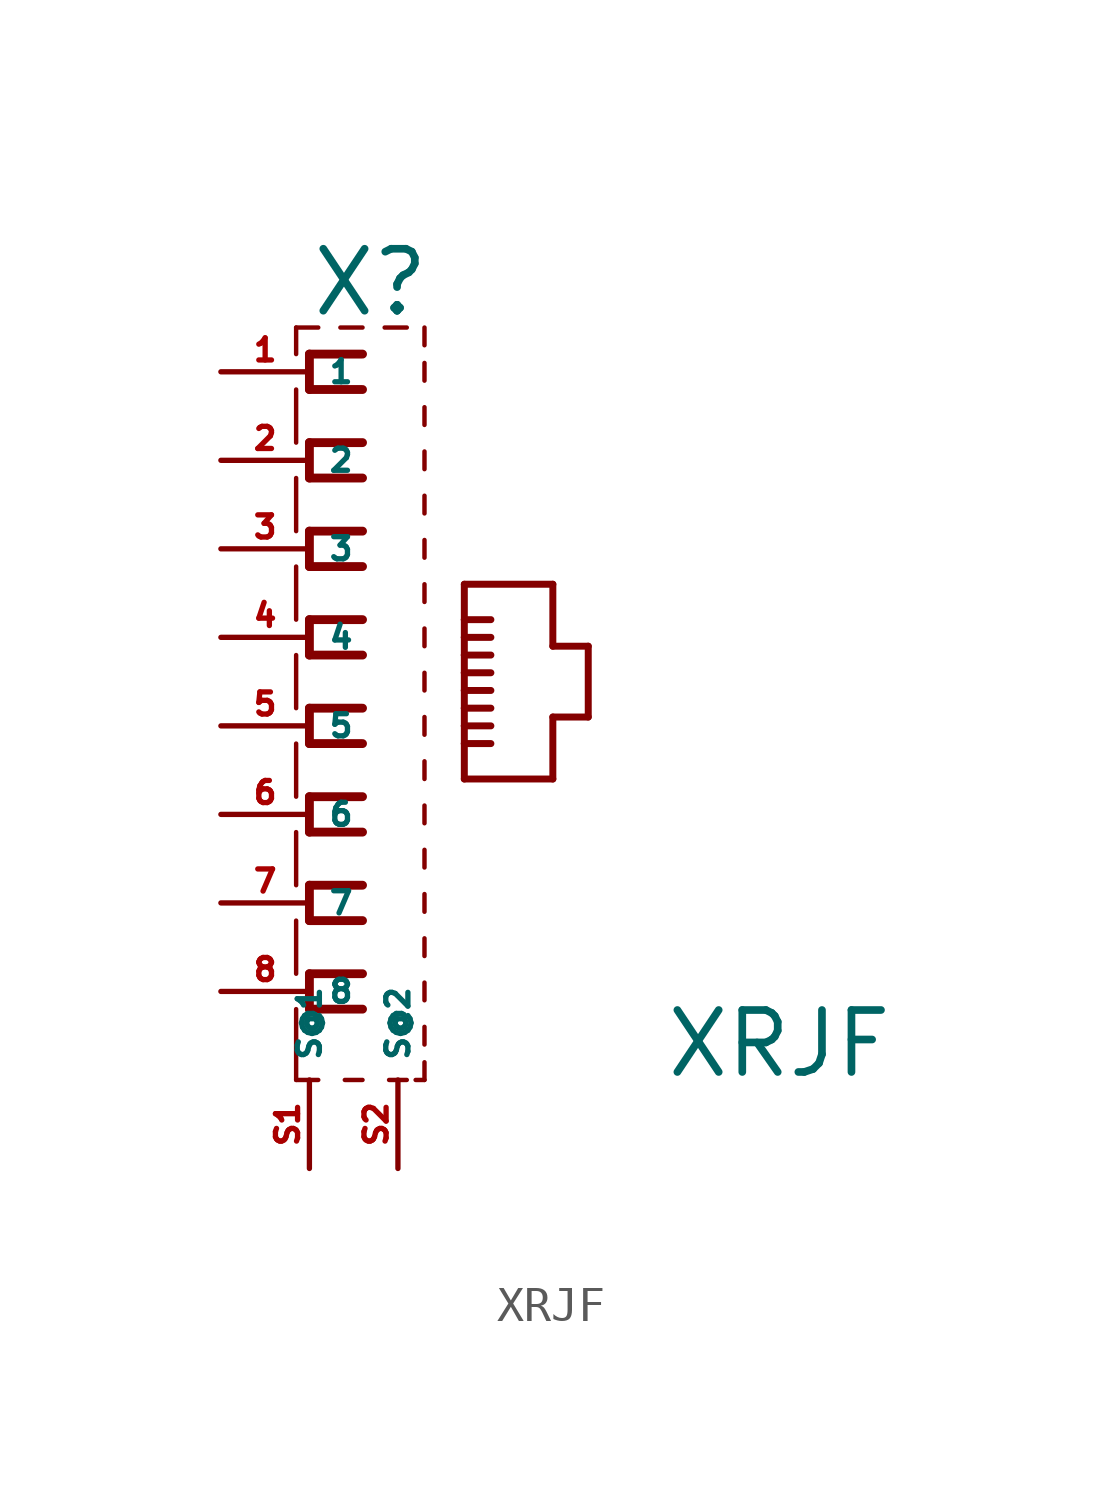
<source format=kicad_sym>
(kicad_symbol_lib
  (version 20220914)
  (generator Eagle2Kicad)
  (symbol "XRJF"
    (property "Reference" "X"
      (at -5.08 11.684 0)
      (effects (font (size 1.778 1.778) (thickness 0.22)) (justify left bottom)))
    (property "Value" "XRJF"
      (at 5.08 -10.16 0)
      (effects (font (size 1.778 1.778) (thickness 0.22)) (justify left bottom)))
    (polyline
      (pts (xy -5.461 -10.16) (xy -4.826 -10.16))
      (stroke (width 0.127) (type default))
      (fill (type none)))
    (polyline
      (pts (xy -4.064 -10.16) (xy -3.556 -10.16))
      (stroke (width 0.127) (type default))
      (fill (type none)))
    (polyline
      (pts (xy -2.794 -10.16) (xy -2.286 -10.16))
      (stroke (width 0.127) (type default))
      (fill (type none)))
    (polyline
      (pts (xy -2.032 -10.16) (xy -1.778 -10.16))
      (stroke (width 0.127) (type default))
      (fill (type none)))
    (polyline
      (pts (xy -1.778 -10.16) (xy -1.778 -9.652))
      (stroke (width 0.127) (type default))
      (fill (type none)))
    (polyline
      (pts (xy -1.778 9.906) (xy -1.778 10.414))
      (stroke (width 0.127) (type default))
      (fill (type none)))
    (polyline
      (pts (xy -1.778 10.922) (xy -1.778 11.43))
      (stroke (width 0.127) (type default))
      (fill (type none)))
    (polyline
      (pts (xy -4.826 11.43) (xy -5.461 11.43))
      (stroke (width 0.127) (type default))
      (fill (type none)))
    (polyline
      (pts (xy -5.461 11.43) (xy -5.461 10.668))
      (stroke (width 0.127) (type default))
      (fill (type none)))
    (polyline
      (pts (xy -5.461 9.652) (xy -5.461 8.128))
      (stroke (width 0.127) (type default))
      (fill (type none)))
    (polyline
      (pts (xy -5.461 7.112) (xy -5.461 5.588))
      (stroke (width 0.127) (type default))
      (fill (type none)))
    (polyline
      (pts (xy -5.461 4.572) (xy -5.461 3.048))
      (stroke (width 0.127) (type default))
      (fill (type none)))
    (polyline
      (pts (xy -5.461 2.032) (xy -5.461 0.508))
      (stroke (width 0.127) (type default))
      (fill (type none)))
    (polyline
      (pts (xy -5.461 -0.508) (xy -5.461 -2.032))
      (stroke (width 0.127) (type default))
      (fill (type none)))
    (polyline
      (pts (xy -5.461 -8.128) (xy -5.461 -10.16))
      (stroke (width 0.127) (type default))
      (fill (type none)))
    (polyline
      (pts (xy -1.778 8.636) (xy -1.778 9.144))
      (stroke (width 0.127) (type default))
      (fill (type none)))
    (polyline
      (pts (xy -1.778 7.366) (xy -1.778 7.874))
      (stroke (width 0.127) (type default))
      (fill (type none)))
    (polyline
      (pts (xy -1.778 6.096) (xy -1.778 6.604))
      (stroke (width 0.127) (type default))
      (fill (type none)))
    (polyline
      (pts (xy -1.778 4.826) (xy -1.778 5.334))
      (stroke (width 0.127) (type default))
      (fill (type none)))
    (polyline
      (pts (xy -1.778 3.556) (xy -1.778 4.064))
      (stroke (width 0.127) (type default))
      (fill (type none)))
    (polyline
      (pts (xy -1.778 2.286) (xy -1.778 2.794))
      (stroke (width 0.127) (type default))
      (fill (type none)))
    (polyline
      (pts (xy -1.778 1.016) (xy -1.778 1.524))
      (stroke (width 0.127) (type default))
      (fill (type none)))
    (polyline
      (pts (xy -1.778 -0.254) (xy -1.778 0.254))
      (stroke (width 0.127) (type default))
      (fill (type none)))
    (polyline
      (pts (xy -1.778 -1.524) (xy -1.778 -1.016))
      (stroke (width 0.127) (type default))
      (fill (type none)))
    (polyline
      (pts (xy -3.556 11.43) (xy -4.191 11.43))
      (stroke (width 0.127) (type default))
      (fill (type none)))
    (polyline
      (pts (xy -3.556 10.668) (xy -5.08 10.668))
      (stroke (width 0.254) (type default))
      (fill (type none)))
    (polyline
      (pts (xy -5.08 10.668) (xy -5.08 9.652))
      (stroke (width 0.254) (type default))
      (fill (type none)))
    (polyline
      (pts (xy -5.08 9.652) (xy -3.556 9.652))
      (stroke (width 0.254) (type default))
      (fill (type none)))
    (polyline
      (pts (xy -3.556 8.128) (xy -5.08 8.128))
      (stroke (width 0.254) (type default))
      (fill (type none)))
    (polyline
      (pts (xy -5.08 8.128) (xy -5.08 7.112))
      (stroke (width 0.254) (type default))
      (fill (type none)))
    (polyline
      (pts (xy -5.08 7.112) (xy -3.556 7.112))
      (stroke (width 0.254) (type default))
      (fill (type none)))
    (polyline
      (pts (xy -3.556 5.588) (xy -5.08 5.588))
      (stroke (width 0.254) (type default))
      (fill (type none)))
    (polyline
      (pts (xy -5.08 5.588) (xy -5.08 4.572))
      (stroke (width 0.254) (type default))
      (fill (type none)))
    (polyline
      (pts (xy -5.08 4.572) (xy -3.556 4.572))
      (stroke (width 0.254) (type default))
      (fill (type none)))
    (polyline
      (pts (xy -3.556 3.048) (xy -5.08 3.048))
      (stroke (width 0.254) (type default))
      (fill (type none)))
    (polyline
      (pts (xy -5.08 3.048) (xy -5.08 2.032))
      (stroke (width 0.254) (type default))
      (fill (type none)))
    (polyline
      (pts (xy -5.08 2.032) (xy -3.556 2.032))
      (stroke (width 0.254) (type default))
      (fill (type none)))
    (polyline
      (pts (xy -3.556 0.508) (xy -5.08 0.508))
      (stroke (width 0.254) (type default))
      (fill (type none)))
    (polyline
      (pts (xy -5.08 0.508) (xy -5.08 -0.508))
      (stroke (width 0.254) (type default))
      (fill (type none)))
    (polyline
      (pts (xy -5.08 -0.508) (xy -3.556 -0.508))
      (stroke (width 0.254) (type default))
      (fill (type none)))
    (polyline
      (pts (xy -3.556 -2.032) (xy -5.08 -2.032))
      (stroke (width 0.254) (type default))
      (fill (type none)))
    (polyline
      (pts (xy -5.08 -2.032) (xy -5.08 -3.048))
      (stroke (width 0.254) (type default))
      (fill (type none)))
    (polyline
      (pts (xy -5.08 -3.048) (xy -3.556 -3.048))
      (stroke (width 0.254) (type default))
      (fill (type none)))
    (polyline
      (pts (xy -0.635 -1.524) (xy 1.905 -1.524))
      (stroke (width 0.2) (type default))
      (fill (type none)))
    (polyline
      (pts (xy 1.905 -1.524) (xy 1.905 0.254))
      (stroke (width 0.2) (type default))
      (fill (type none)))
    (polyline
      (pts (xy 1.905 0.254) (xy 2.921 0.254))
      (stroke (width 0.2) (type default))
      (fill (type none)))
    (polyline
      (pts (xy 2.921 0.254) (xy 2.921 2.286))
      (stroke (width 0.2) (type default))
      (fill (type none)))
    (polyline
      (pts (xy 2.921 2.286) (xy 1.905 2.286))
      (stroke (width 0.2) (type default))
      (fill (type none)))
    (polyline
      (pts (xy 1.905 2.286) (xy 1.905 4.064))
      (stroke (width 0.2) (type default))
      (fill (type none)))
    (polyline
      (pts (xy 1.905 4.064) (xy -0.635 4.064))
      (stroke (width 0.2) (type default))
      (fill (type none)))
    (polyline
      (pts (xy -0.635 4.064) (xy -0.635 3.048))
      (stroke (width 0.2) (type default))
      (fill (type none)))
    (polyline
      (pts (xy -0.635 3.048) (xy -0.635 2.54))
      (stroke (width 0.2) (type default))
      (fill (type none)))
    (polyline
      (pts (xy -0.635 2.54) (xy -0.635 2.032))
      (stroke (width 0.2) (type default))
      (fill (type none)))
    (polyline
      (pts (xy -0.635 2.032) (xy -0.635 1.524))
      (stroke (width 0.2) (type default))
      (fill (type none)))
    (polyline
      (pts (xy -0.635 1.524) (xy -0.635 1.016))
      (stroke (width 0.2) (type default))
      (fill (type none)))
    (polyline
      (pts (xy -0.635 1.016) (xy -0.635 0.508))
      (stroke (width 0.2) (type default))
      (fill (type none)))
    (polyline
      (pts (xy -0.635 0.508) (xy -0.635 0))
      (stroke (width 0.2) (type default))
      (fill (type none)))
    (polyline
      (pts (xy -0.635 0) (xy -0.635 -0.508))
      (stroke (width 0.2) (type default))
      (fill (type none)))
    (polyline
      (pts (xy -0.635 -0.508) (xy -0.635 -1.524))
      (stroke (width 0.2) (type default))
      (fill (type none)))
    (polyline
      (pts (xy -0.635 3.048) (xy 0.127 3.048))
      (stroke (width 0.2) (type default))
      (fill (type none)))
    (polyline
      (pts (xy -0.635 2.54) (xy 0.127 2.54))
      (stroke (width 0.2) (type default))
      (fill (type none)))
    (polyline
      (pts (xy -0.635 2.032) (xy 0.127 2.032))
      (stroke (width 0.2) (type default))
      (fill (type none)))
    (polyline
      (pts (xy -0.635 1.524) (xy 0.127 1.524))
      (stroke (width 0.2) (type default))
      (fill (type none)))
    (polyline
      (pts (xy -0.635 1.016) (xy 0.127 1.016))
      (stroke (width 0.2) (type default))
      (fill (type none)))
    (polyline
      (pts (xy -0.635 0.508) (xy 0.127 0.508))
      (stroke (width 0.2) (type default))
      (fill (type none)))
    (polyline
      (pts (xy -3.556 -4.572) (xy -5.08 -4.572))
      (stroke (width 0.254) (type default))
      (fill (type none)))
    (polyline
      (pts (xy -5.08 -4.572) (xy -5.08 -5.588))
      (stroke (width 0.254) (type default))
      (fill (type none)))
    (polyline
      (pts (xy -5.08 -5.588) (xy -3.556 -5.588))
      (stroke (width 0.254) (type default))
      (fill (type none)))
    (polyline
      (pts (xy -3.556 -7.112) (xy -5.08 -7.112))
      (stroke (width 0.254) (type default))
      (fill (type none)))
    (polyline
      (pts (xy -5.08 -7.112) (xy -5.08 -8.128))
      (stroke (width 0.254) (type default))
      (fill (type none)))
    (polyline
      (pts (xy -5.08 -8.128) (xy -3.556 -8.128))
      (stroke (width 0.254) (type default))
      (fill (type none)))
    (polyline
      (pts (xy -0.635 0) (xy 0.127 0))
      (stroke (width 0.2) (type default))
      (fill (type none)))
    (polyline
      (pts (xy -0.635 -0.508) (xy 0.127 -0.508))
      (stroke (width 0.2) (type default))
      (fill (type none)))
    (polyline
      (pts (xy -5.461 -3.048) (xy -5.461 -4.572))
      (stroke (width 0.127) (type default))
      (fill (type none)))
    (polyline
      (pts (xy -5.461 -5.588) (xy -5.461 -7.112))
      (stroke (width 0.127) (type default))
      (fill (type none)))
    (polyline
      (pts (xy -1.778 -2.794) (xy -1.778 -2.286))
      (stroke (width 0.127) (type default))
      (fill (type none)))
    (polyline
      (pts (xy -1.778 -4.064) (xy -1.778 -3.556))
      (stroke (width 0.127) (type default))
      (fill (type none)))
    (polyline
      (pts (xy -1.778 -5.334) (xy -1.778 -4.826))
      (stroke (width 0.127) (type default))
      (fill (type none)))
    (polyline
      (pts (xy -1.778 -6.604) (xy -1.778 -6.096))
      (stroke (width 0.127) (type default))
      (fill (type none)))
    (polyline
      (pts (xy -1.778 -7.874) (xy -1.778 -7.366))
      (stroke (width 0.127) (type default))
      (fill (type none)))
    (polyline
      (pts (xy -1.778 -9.144) (xy -1.778 -8.636))
      (stroke (width 0.127) (type default))
      (fill (type none)))
    (polyline
      (pts (xy -2.286 11.43) (xy -2.921 11.43))
      (stroke (width 0.127) (type default))
      (fill (type none)))
    (pin passive line
      (at -2.54 -12.7 90)
      (length 2.54)
      (name "S@2" (effects (font (size 0.635 0.635) (thickness 0.08)) (justify left bottom)))
      (number "S2" (effects (font (size 0.635 0.635) (thickness 0.08)) (justify left bottom))))
    (pin passive line
      (at -5.08 -12.7 90)
      (length 2.54)
      (name "S@1" (effects (font (size 0.635 0.635) (thickness 0.08)) (justify left bottom)))
      (number "S1" (effects (font (size 0.635 0.635) (thickness 0.08)) (justify left bottom))))
    (pin passive line
      (at -7.62 10.16 0)
      (length 2.54)
      (name "1" (effects (font (size 0.635 0.635) (thickness 0.08)) (justify left bottom)))
      (number "1" (effects (font (size 0.635 0.635) (thickness 0.08)) (justify left bottom))))
    (pin passive line
      (at -7.62 7.62 0)
      (length 2.54)
      (name "2" (effects (font (size 0.635 0.635) (thickness 0.08)) (justify left bottom)))
      (number "2" (effects (font (size 0.635 0.635) (thickness 0.08)) (justify left bottom))))
    (pin passive line
      (at -7.62 5.08 0)
      (length 2.54)
      (name "3" (effects (font (size 0.635 0.635) (thickness 0.08)) (justify left bottom)))
      (number "3" (effects (font (size 0.635 0.635) (thickness 0.08)) (justify left bottom))))
    (pin passive line
      (at -7.62 2.54 0)
      (length 2.54)
      (name "4" (effects (font (size 0.635 0.635) (thickness 0.08)) (justify left bottom)))
      (number "4" (effects (font (size 0.635 0.635) (thickness 0.08)) (justify left bottom))))
    (pin passive line
      (at -7.62 0 0)
      (length 2.54)
      (name "5" (effects (font (size 0.635 0.635) (thickness 0.08)) (justify left bottom)))
      (number "5" (effects (font (size 0.635 0.635) (thickness 0.08)) (justify left bottom))))
    (pin passive line
      (at -7.62 -2.54 0)
      (length 2.54)
      (name "6" (effects (font (size 0.635 0.635) (thickness 0.08)) (justify left bottom)))
      (number "6" (effects (font (size 0.635 0.635) (thickness 0.08)) (justify left bottom))))
    (pin passive line
      (at -7.62 -5.08 0)
      (length 2.54)
      (name "7" (effects (font (size 0.635 0.635) (thickness 0.08)) (justify left bottom)))
      (number "7" (effects (font (size 0.635 0.635) (thickness 0.08)) (justify left bottom))))
    (pin passive line
      (at -7.62 -7.62 0)
      (length 2.54)
      (name "8" (effects (font (size 0.635 0.635) (thickness 0.08)) (justify left bottom)))
      (number "8" (effects (font (size 0.635 0.635) (thickness 0.08)) (justify left bottom))))))
</source>
